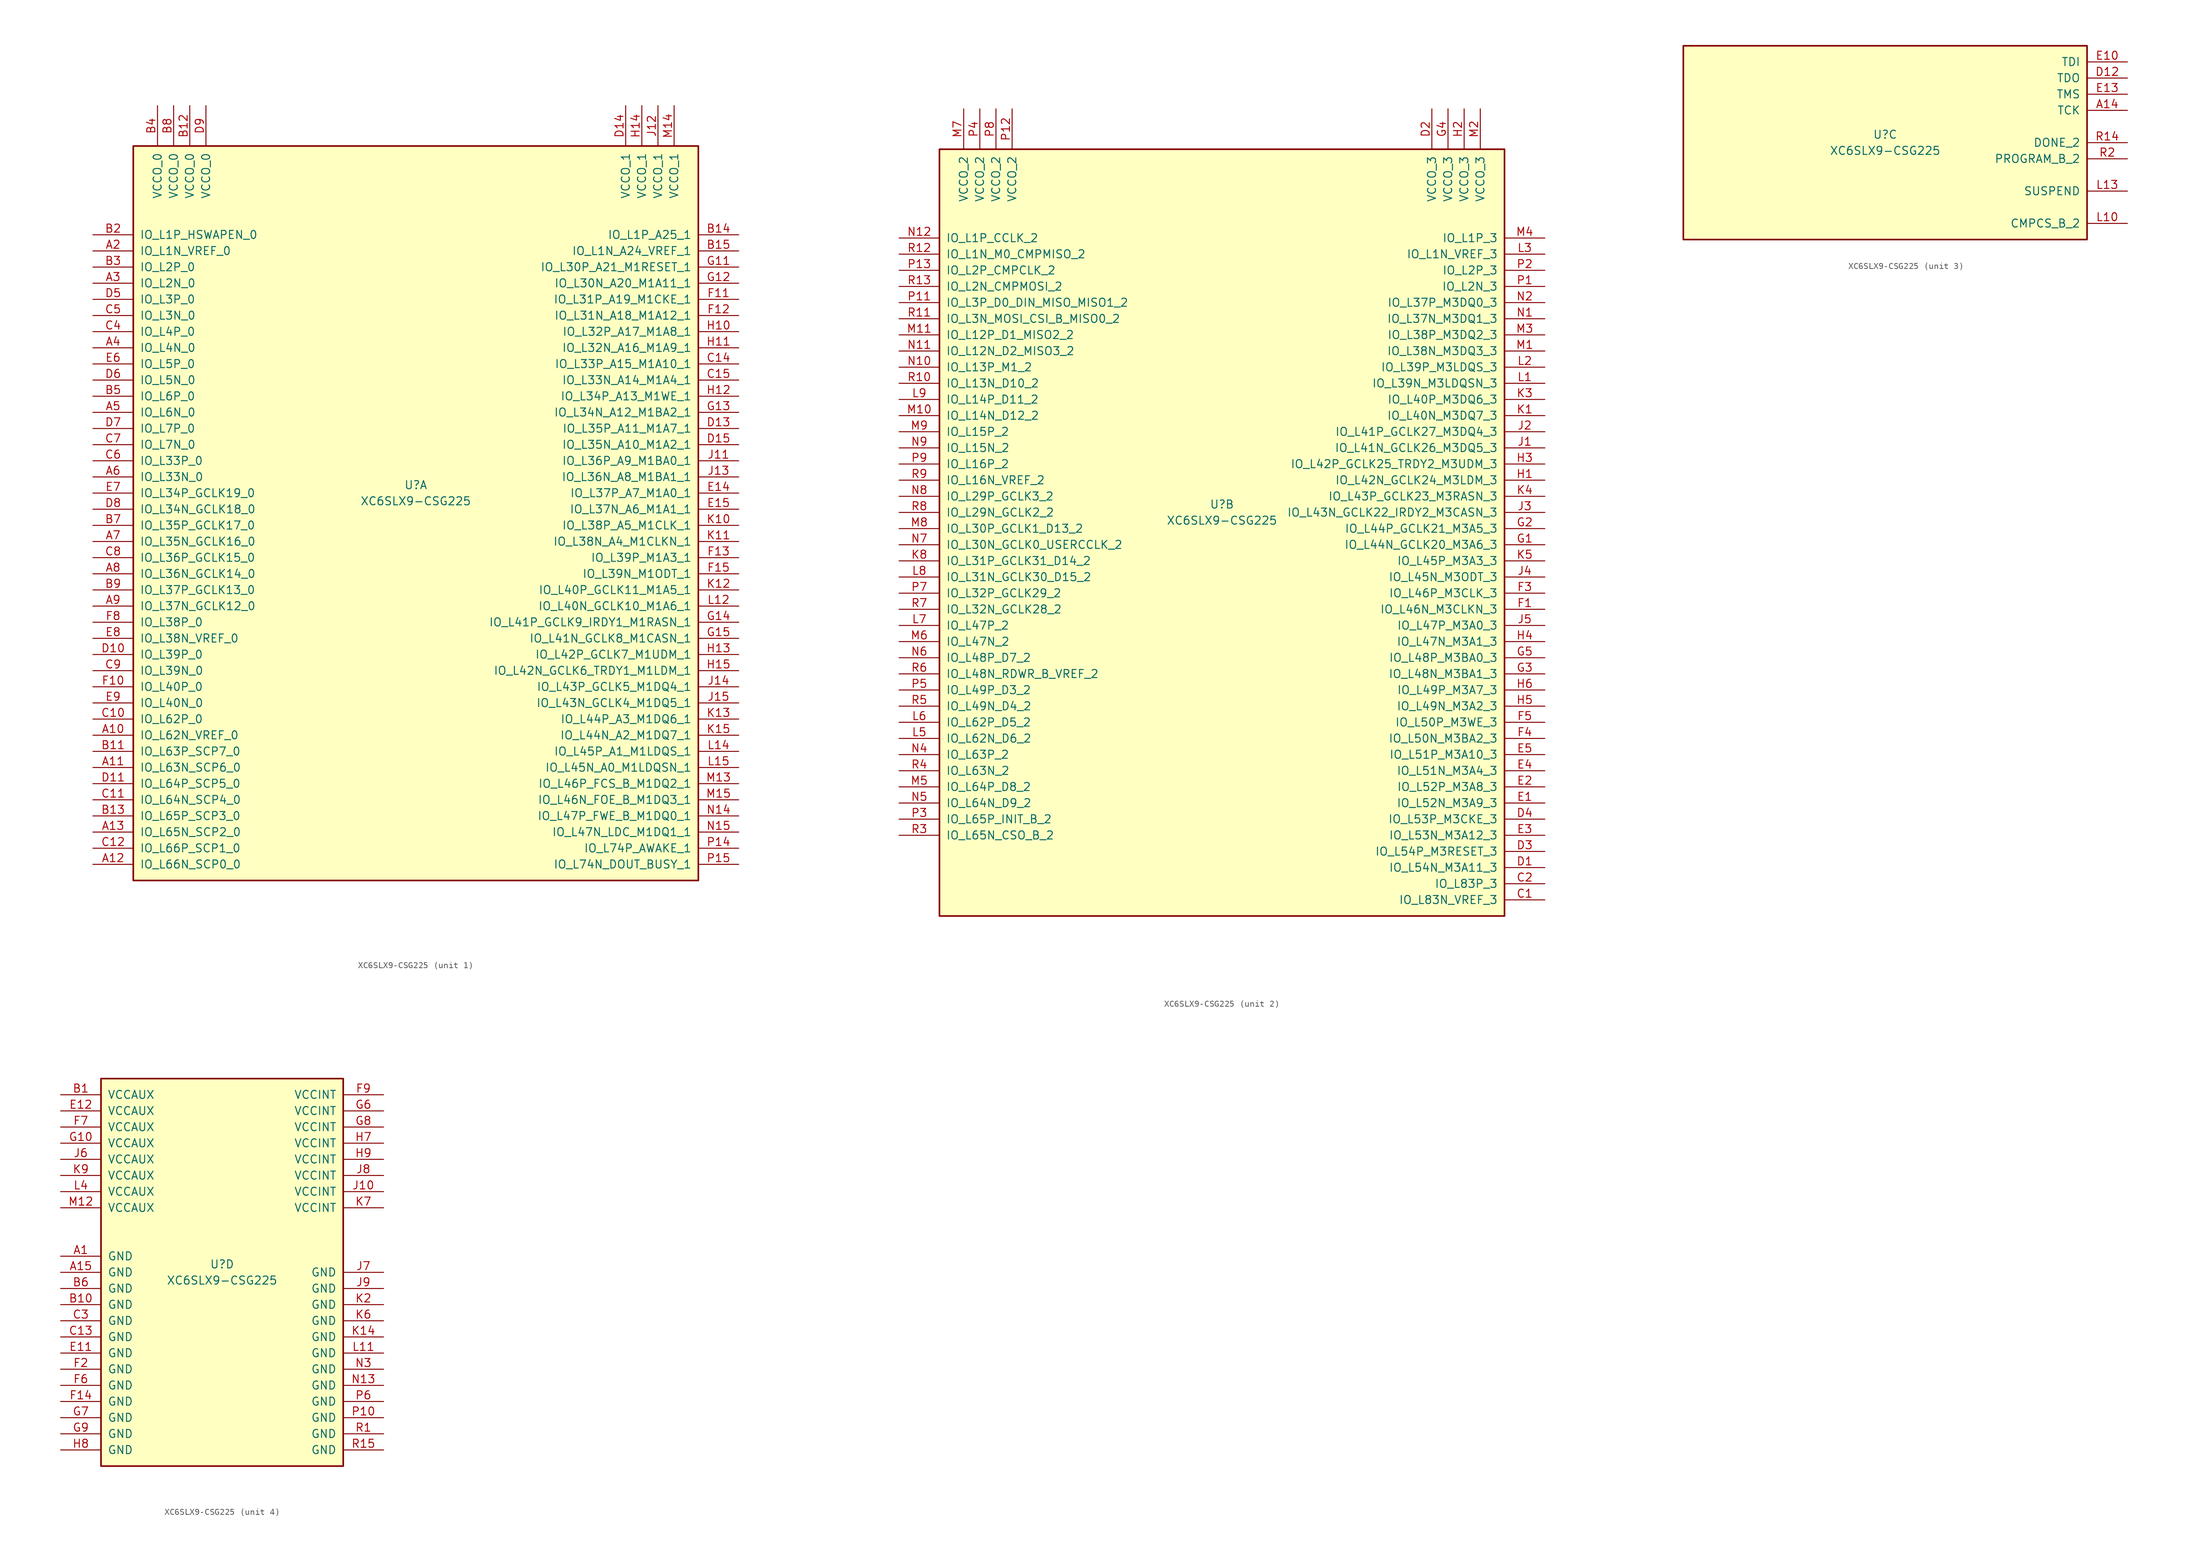
<source format=kicad_sym>
(kicad_symbol_lib
  (version 20201005)
  (generator kicad_symbol_editor)
  (symbol "FPGA_Xilinx_Spartan6:XC6SLX9-CSG225"
    (pin_names
      (offset 1.016))
    (property "Reference" "U"
      (at 0 1.27 0)
      (effects (font (size 1.27 1.27))))
    (property "Value" "XC6SLX9-CSG225"
      (at 0 -1.27 0)
      (effects (font (size 1.27 1.27))))
    (property "Datasheet" ""
      (at 0 0 0)
      (effects (font (size 1.27 1.27))))
    (property "ki_locked" ""
      (at 0 0 0)
      (effects (font (size 1.27 1.27))))
    (symbol "XC6SLX9-CSG225_1_1"
      (rectangle (start -44.45 54.61) (end 44.45 -60.96) (stroke (width 0.254)) (fill (type background)))
      (pin power_in line (at -40.64 60.96 270) (length 6.35) (name "VCCO_0" (effects (font (size 1.27 1.27)))) (number "B4" (effects (font (size 1.27 1.27)))))
      (pin power_in line (at -38.1 60.96 270) (length 6.35) (name "VCCO_0" (effects (font (size 1.27 1.27)))) (number "B8" (effects (font (size 1.27 1.27)))))
      (pin power_in line (at -35.56 60.96 270) (length 6.35) (name "VCCO_0" (effects (font (size 1.27 1.27)))) (number "B12" (effects (font (size 1.27 1.27)))))
      (pin power_in line (at -33.02 60.96 270) (length 6.35) (name "VCCO_0" (effects (font (size 1.27 1.27)))) (number "D9" (effects (font (size 1.27 1.27)))))
      (pin bidirectional line (at -50.8 40.64 0) (length 6.35) (name "IO_L1P_HSWAPEN_0" (effects (font (size 1.27 1.27)))) (number "B2" (effects (font (size 1.27 1.27)))))
      (pin bidirectional line (at -50.8 38.1 0) (length 6.35) (name "IO_L1N_VREF_0" (effects (font (size 1.27 1.27)))) (number "A2" (effects (font (size 1.27 1.27)))))
      (pin bidirectional line (at -50.8 35.56 0) (length 6.35) (name "IO_L2P_0" (effects (font (size 1.27 1.27)))) (number "B3" (effects (font (size 1.27 1.27)))))
      (pin bidirectional line (at -50.8 33.02 0) (length 6.35) (name "IO_L2N_0" (effects (font (size 1.27 1.27)))) (number "A3" (effects (font (size 1.27 1.27)))))
      (pin bidirectional line (at -50.8 30.48 0) (length 6.35) (name "IO_L3P_0" (effects (font (size 1.27 1.27)))) (number "D5" (effects (font (size 1.27 1.27)))))
      (pin bidirectional line (at -50.8 27.94 0) (length 6.35) (name "IO_L3N_0" (effects (font (size 1.27 1.27)))) (number "C5" (effects (font (size 1.27 1.27)))))
      (pin bidirectional line (at -50.8 25.4 0) (length 6.35) (name "IO_L4P_0" (effects (font (size 1.27 1.27)))) (number "C4" (effects (font (size 1.27 1.27)))))
      (pin bidirectional line (at -50.8 22.86 0) (length 6.35) (name "IO_L4N_0" (effects (font (size 1.27 1.27)))) (number "A4" (effects (font (size 1.27 1.27)))))
      (pin bidirectional line (at -50.8 20.32 0) (length 6.35) (name "IO_L5P_0" (effects (font (size 1.27 1.27)))) (number "E6" (effects (font (size 1.27 1.27)))))
      (pin bidirectional line (at -50.8 17.78 0) (length 6.35) (name "IO_L5N_0" (effects (font (size 1.27 1.27)))) (number "D6" (effects (font (size 1.27 1.27)))))
      (pin bidirectional line (at -50.8 15.24 0) (length 6.35) (name "IO_L6P_0" (effects (font (size 1.27 1.27)))) (number "B5" (effects (font (size 1.27 1.27)))))
      (pin bidirectional line (at -50.8 12.7 0) (length 6.35) (name "IO_L6N_0" (effects (font (size 1.27 1.27)))) (number "A5" (effects (font (size 1.27 1.27)))))
      (pin bidirectional line (at -50.8 10.16 0) (length 6.35) (name "IO_L7P_0" (effects (font (size 1.27 1.27)))) (number "D7" (effects (font (size 1.27 1.27)))))
      (pin bidirectional line (at -50.8 7.62 0) (length 6.35) (name "IO_L7N_0" (effects (font (size 1.27 1.27)))) (number "C7" (effects (font (size 1.27 1.27)))))
      (pin bidirectional line (at -50.8 5.08 0) (length 6.35) (name "IO_L33P_0" (effects (font (size 1.27 1.27)))) (number "C6" (effects (font (size 1.27 1.27)))))
      (pin bidirectional line (at -50.8 2.54 0) (length 6.35) (name "IO_L33N_0" (effects (font (size 1.27 1.27)))) (number "A6" (effects (font (size 1.27 1.27)))))
      (pin bidirectional line (at -50.8 0 0) (length 6.35) (name "IO_L34P_GCLK19_0" (effects (font (size 1.27 1.27)))) (number "E7" (effects (font (size 1.27 1.27)))))
      (pin bidirectional line (at -50.8 -2.54 0) (length 6.35) (name "IO_L34N_GCLK18_0" (effects (font (size 1.27 1.27)))) (number "D8" (effects (font (size 1.27 1.27)))))
      (pin bidirectional line (at -50.8 -5.08 0) (length 6.35) (name "IO_L35P_GCLK17_0" (effects (font (size 1.27 1.27)))) (number "B7" (effects (font (size 1.27 1.27)))))
      (pin bidirectional line (at -50.8 -7.62 0) (length 6.35) (name "IO_L35N_GCLK16_0" (effects (font (size 1.27 1.27)))) (number "A7" (effects (font (size 1.27 1.27)))))
      (pin bidirectional line (at -50.8 -10.16 0) (length 6.35) (name "IO_L36P_GCLK15_0" (effects (font (size 1.27 1.27)))) (number "C8" (effects (font (size 1.27 1.27)))))
      (pin bidirectional line (at -50.8 -12.7 0) (length 6.35) (name "IO_L36N_GCLK14_0" (effects (font (size 1.27 1.27)))) (number "A8" (effects (font (size 1.27 1.27)))))
      (pin bidirectional line (at -50.8 -15.24 0) (length 6.35) (name "IO_L37P_GCLK13_0" (effects (font (size 1.27 1.27)))) (number "B9" (effects (font (size 1.27 1.27)))))
      (pin bidirectional line (at -50.8 -17.78 0) (length 6.35) (name "IO_L37N_GCLK12_0" (effects (font (size 1.27 1.27)))) (number "A9" (effects (font (size 1.27 1.27)))))
      (pin bidirectional line (at -50.8 -20.32 0) (length 6.35) (name "IO_L38P_0" (effects (font (size 1.27 1.27)))) (number "F8" (effects (font (size 1.27 1.27)))))
      (pin bidirectional line (at -50.8 -22.86 0) (length 6.35) (name "IO_L38N_VREF_0" (effects (font (size 1.27 1.27)))) (number "E8" (effects (font (size 1.27 1.27)))))
      (pin bidirectional line (at -50.8 -25.4 0) (length 6.35) (name "IO_L39P_0" (effects (font (size 1.27 1.27)))) (number "D10" (effects (font (size 1.27 1.27)))))
      (pin bidirectional line (at -50.8 -27.94 0) (length 6.35) (name "IO_L39N_0" (effects (font (size 1.27 1.27)))) (number "C9" (effects (font (size 1.27 1.27)))))
      (pin bidirectional line (at -50.8 -30.48 0) (length 6.35) (name "IO_L40P_0" (effects (font (size 1.27 1.27)))) (number "F10" (effects (font (size 1.27 1.27)))))
      (pin bidirectional line (at -50.8 -33.02 0) (length 6.35) (name "IO_L40N_0" (effects (font (size 1.27 1.27)))) (number "E9" (effects (font (size 1.27 1.27)))))
      (pin bidirectional line (at -50.8 -35.56 0) (length 6.35) (name "IO_L62P_0" (effects (font (size 1.27 1.27)))) (number "C10" (effects (font (size 1.27 1.27)))))
      (pin bidirectional line (at -50.8 -38.1 0) (length 6.35) (name "IO_L62N_VREF_0" (effects (font (size 1.27 1.27)))) (number "A10" (effects (font (size 1.27 1.27)))))
      (pin bidirectional line (at -50.8 -40.64 0) (length 6.35) (name "IO_L63P_SCP7_0" (effects (font (size 1.27 1.27)))) (number "B11" (effects (font (size 1.27 1.27)))))
      (pin bidirectional line (at -50.8 -43.18 0) (length 6.35) (name "IO_L63N_SCP6_0" (effects (font (size 1.27 1.27)))) (number "A11" (effects (font (size 1.27 1.27)))))
      (pin bidirectional line (at -50.8 -45.72 0) (length 6.35) (name "IO_L64P_SCP5_0" (effects (font (size 1.27 1.27)))) (number "D11" (effects (font (size 1.27 1.27)))))
      (pin bidirectional line (at -50.8 -48.26 0) (length 6.35) (name "IO_L64N_SCP4_0" (effects (font (size 1.27 1.27)))) (number "C11" (effects (font (size 1.27 1.27)))))
      (pin bidirectional line (at -50.8 -50.8 0) (length 6.35) (name "IO_L65P_SCP3_0" (effects (font (size 1.27 1.27)))) (number "B13" (effects (font (size 1.27 1.27)))))
      (pin bidirectional line (at -50.8 -53.34 0) (length 6.35) (name "IO_L65N_SCP2_0" (effects (font (size 1.27 1.27)))) (number "A13" (effects (font (size 1.27 1.27)))))
      (pin bidirectional line (at -50.8 -55.88 0) (length 6.35) (name "IO_L66P_SCP1_0" (effects (font (size 1.27 1.27)))) (number "C12" (effects (font (size 1.27 1.27)))))
      (pin bidirectional line (at -50.8 -58.42 0) (length 6.35) (name "IO_L66N_SCP0_0" (effects (font (size 1.27 1.27)))) (number "A12" (effects (font (size 1.27 1.27)))))
      (pin power_in line (at 33.02 60.96 270) (length 6.35) (name "VCCO_1" (effects (font (size 1.27 1.27)))) (number "D14" (effects (font (size 1.27 1.27)))))
      (pin power_in line (at 35.56 60.96 270) (length 6.35) (name "VCCO_1" (effects (font (size 1.27 1.27)))) (number "H14" (effects (font (size 1.27 1.27)))))
      (pin power_in line (at 38.1 60.96 270) (length 6.35) (name "VCCO_1" (effects (font (size 1.27 1.27)))) (number "J12" (effects (font (size 1.27 1.27)))))
      (pin power_in line (at 40.64 60.96 270) (length 6.35) (name "VCCO_1" (effects (font (size 1.27 1.27)))) (number "M14" (effects (font (size 1.27 1.27)))))
      (pin bidirectional line (at 50.8 40.64 180) (length 6.35) (name "IO_L1P_A25_1" (effects (font (size 1.27 1.27)))) (number "B14" (effects (font (size 1.27 1.27)))))
      (pin bidirectional line (at 50.8 38.1 180) (length 6.35) (name "IO_L1N_A24_VREF_1" (effects (font (size 1.27 1.27)))) (number "B15" (effects (font (size 1.27 1.27)))))
      (pin bidirectional line (at 50.8 35.56 180) (length 6.35) (name "IO_L30P_A21_M1RESET_1" (effects (font (size 1.27 1.27)))) (number "G11" (effects (font (size 1.27 1.27)))))
      (pin bidirectional line (at 50.8 33.02 180) (length 6.35) (name "IO_L30N_A20_M1A11_1" (effects (font (size 1.27 1.27)))) (number "G12" (effects (font (size 1.27 1.27)))))
      (pin bidirectional line (at 50.8 30.48 180) (length 6.35) (name "IO_L31P_A19_M1CKE_1" (effects (font (size 1.27 1.27)))) (number "F11" (effects (font (size 1.27 1.27)))))
      (pin bidirectional line (at 50.8 27.94 180) (length 6.35) (name "IO_L31N_A18_M1A12_1" (effects (font (size 1.27 1.27)))) (number "F12" (effects (font (size 1.27 1.27)))))
      (pin bidirectional line (at 50.8 25.4 180) (length 6.35) (name "IO_L32P_A17_M1A8_1" (effects (font (size 1.27 1.27)))) (number "H10" (effects (font (size 1.27 1.27)))))
      (pin bidirectional line (at 50.8 22.86 180) (length 6.35) (name "IO_L32N_A16_M1A9_1" (effects (font (size 1.27 1.27)))) (number "H11" (effects (font (size 1.27 1.27)))))
      (pin bidirectional line (at 50.8 20.32 180) (length 6.35) (name "IO_L33P_A15_M1A10_1" (effects (font (size 1.27 1.27)))) (number "C14" (effects (font (size 1.27 1.27)))))
      (pin bidirectional line (at 50.8 17.78 180) (length 6.35) (name "IO_L33N_A14_M1A4_1" (effects (font (size 1.27 1.27)))) (number "C15" (effects (font (size 1.27 1.27)))))
      (pin bidirectional line (at 50.8 15.24 180) (length 6.35) (name "IO_L34P_A13_M1WE_1" (effects (font (size 1.27 1.27)))) (number "H12" (effects (font (size 1.27 1.27)))))
      (pin bidirectional line (at 50.8 12.7 180) (length 6.35) (name "IO_L34N_A12_M1BA2_1" (effects (font (size 1.27 1.27)))) (number "G13" (effects (font (size 1.27 1.27)))))
      (pin bidirectional line (at 50.8 10.16 180) (length 6.35) (name "IO_L35P_A11_M1A7_1" (effects (font (size 1.27 1.27)))) (number "D13" (effects (font (size 1.27 1.27)))))
      (pin bidirectional line (at 50.8 7.62 180) (length 6.35) (name "IO_L35N_A10_M1A2_1" (effects (font (size 1.27 1.27)))) (number "D15" (effects (font (size 1.27 1.27)))))
      (pin bidirectional line (at 50.8 5.08 180) (length 6.35) (name "IO_L36P_A9_M1BA0_1" (effects (font (size 1.27 1.27)))) (number "J11" (effects (font (size 1.27 1.27)))))
      (pin bidirectional line (at 50.8 2.54 180) (length 6.35) (name "IO_L36N_A8_M1BA1_1" (effects (font (size 1.27 1.27)))) (number "J13" (effects (font (size 1.27 1.27)))))
      (pin bidirectional line (at 50.8 0 180) (length 6.35) (name "IO_L37P_A7_M1A0_1" (effects (font (size 1.27 1.27)))) (number "E14" (effects (font (size 1.27 1.27)))))
      (pin bidirectional line (at 50.8 -2.54 180) (length 6.35) (name "IO_L37N_A6_M1A1_1" (effects (font (size 1.27 1.27)))) (number "E15" (effects (font (size 1.27 1.27)))))
      (pin bidirectional line (at 50.8 -5.08 180) (length 6.35) (name "IO_L38P_A5_M1CLK_1" (effects (font (size 1.27 1.27)))) (number "K10" (effects (font (size 1.27 1.27)))))
      (pin bidirectional line (at 50.8 -7.62 180) (length 6.35) (name "IO_L38N_A4_M1CLKN_1" (effects (font (size 1.27 1.27)))) (number "K11" (effects (font (size 1.27 1.27)))))
      (pin bidirectional line (at 50.8 -10.16 180) (length 6.35) (name "IO_L39P_M1A3_1" (effects (font (size 1.27 1.27)))) (number "F13" (effects (font (size 1.27 1.27)))))
      (pin bidirectional line (at 50.8 -12.7 180) (length 6.35) (name "IO_L39N_M1ODT_1" (effects (font (size 1.27 1.27)))) (number "F15" (effects (font (size 1.27 1.27)))))
      (pin bidirectional line (at 50.8 -15.24 180) (length 6.35) (name "IO_L40P_GCLK11_M1A5_1" (effects (font (size 1.27 1.27)))) (number "K12" (effects (font (size 1.27 1.27)))))
      (pin bidirectional line (at 50.8 -17.78 180) (length 6.35) (name "IO_L40N_GCLK10_M1A6_1" (effects (font (size 1.27 1.27)))) (number "L12" (effects (font (size 1.27 1.27)))))
      (pin bidirectional line (at 50.8 -20.32 180) (length 6.35) (name "IO_L41P_GCLK9_IRDY1_M1RASN_1" (effects (font (size 1.27 1.27)))) (number "G14" (effects (font (size 1.27 1.27)))))
      (pin bidirectional line (at 50.8 -22.86 180) (length 6.35) (name "IO_L41N_GCLK8_M1CASN_1" (effects (font (size 1.27 1.27)))) (number "G15" (effects (font (size 1.27 1.27)))))
      (pin bidirectional line (at 50.8 -25.4 180) (length 6.35) (name "IO_L42P_GCLK7_M1UDM_1" (effects (font (size 1.27 1.27)))) (number "H13" (effects (font (size 1.27 1.27)))))
      (pin bidirectional line (at 50.8 -27.94 180) (length 6.35) (name "IO_L42N_GCLK6_TRDY1_M1LDM_1" (effects (font (size 1.27 1.27)))) (number "H15" (effects (font (size 1.27 1.27)))))
      (pin bidirectional line (at 50.8 -30.48 180) (length 6.35) (name "IO_L43P_GCLK5_M1DQ4_1" (effects (font (size 1.27 1.27)))) (number "J14" (effects (font (size 1.27 1.27)))))
      (pin bidirectional line (at 50.8 -33.02 180) (length 6.35) (name "IO_L43N_GCLK4_M1DQ5_1" (effects (font (size 1.27 1.27)))) (number "J15" (effects (font (size 1.27 1.27)))))
      (pin bidirectional line (at 50.8 -35.56 180) (length 6.35) (name "IO_L44P_A3_M1DQ6_1" (effects (font (size 1.27 1.27)))) (number "K13" (effects (font (size 1.27 1.27)))))
      (pin bidirectional line (at 50.8 -38.1 180) (length 6.35) (name "IO_L44N_A2_M1DQ7_1" (effects (font (size 1.27 1.27)))) (number "K15" (effects (font (size 1.27 1.27)))))
      (pin bidirectional line (at 50.8 -40.64 180) (length 6.35) (name "IO_L45P_A1_M1LDQS_1" (effects (font (size 1.27 1.27)))) (number "L14" (effects (font (size 1.27 1.27)))))
      (pin bidirectional line (at 50.8 -43.18 180) (length 6.35) (name "IO_L45N_A0_M1LDQSN_1" (effects (font (size 1.27 1.27)))) (number "L15" (effects (font (size 1.27 1.27)))))
      (pin bidirectional line (at 50.8 -45.72 180) (length 6.35) (name "IO_L46P_FCS_B_M1DQ2_1" (effects (font (size 1.27 1.27)))) (number "M13" (effects (font (size 1.27 1.27)))))
      (pin bidirectional line (at 50.8 -48.26 180) (length 6.35) (name "IO_L46N_FOE_B_M1DQ3_1" (effects (font (size 1.27 1.27)))) (number "M15" (effects (font (size 1.27 1.27)))))
      (pin bidirectional line (at 50.8 -50.8 180) (length 6.35) (name "IO_L47P_FWE_B_M1DQ0_1" (effects (font (size 1.27 1.27)))) (number "N14" (effects (font (size 1.27 1.27)))))
      (pin bidirectional line (at 50.8 -53.34 180) (length 6.35) (name "IO_L47N_LDC_M1DQ1_1" (effects (font (size 1.27 1.27)))) (number "N15" (effects (font (size 1.27 1.27)))))
      (pin bidirectional line (at 50.8 -55.88 180) (length 6.35) (name "IO_L74P_AWAKE_1" (effects (font (size 1.27 1.27)))) (number "P14" (effects (font (size 1.27 1.27)))))
      (pin bidirectional line (at 50.8 -58.42 180) (length 6.35) (name "IO_L74N_DOUT_BUSY_1" (effects (font (size 1.27 1.27)))) (number "P15" (effects (font (size 1.27 1.27))))))
    (symbol "XC6SLX9-CSG225_2_1"
      (rectangle (start -44.45 57.15) (end 44.45 -63.5) (stroke (width 0.254)) (fill (type background)))
      (pin power_in line (at -40.64 63.5 270) (length 6.35) (name "VCCO_2" (effects (font (size 1.27 1.27)))) (number "M7" (effects (font (size 1.27 1.27)))))
      (pin power_in line (at -38.1 63.5 270) (length 6.35) (name "VCCO_2" (effects (font (size 1.27 1.27)))) (number "P4" (effects (font (size 1.27 1.27)))))
      (pin power_in line (at -35.56 63.5 270) (length 6.35) (name "VCCO_2" (effects (font (size 1.27 1.27)))) (number "P8" (effects (font (size 1.27 1.27)))))
      (pin power_in line (at -33.02 63.5 270) (length 6.35) (name "VCCO_2" (effects (font (size 1.27 1.27)))) (number "P12" (effects (font (size 1.27 1.27)))))
      (pin bidirectional line (at -50.8 43.18 0) (length 6.35) (name "IO_L1P_CCLK_2" (effects (font (size 1.27 1.27)))) (number "N12" (effects (font (size 1.27 1.27)))))
      (pin bidirectional line (at -50.8 40.64 0) (length 6.35) (name "IO_L1N_M0_CMPMISO_2" (effects (font (size 1.27 1.27)))) (number "R12" (effects (font (size 1.27 1.27)))))
      (pin bidirectional line (at -50.8 38.1 0) (length 6.35) (name "IO_L2P_CMPCLK_2" (effects (font (size 1.27 1.27)))) (number "P13" (effects (font (size 1.27 1.27)))))
      (pin bidirectional line (at -50.8 35.56 0) (length 6.35) (name "IO_L2N_CMPMOSI_2" (effects (font (size 1.27 1.27)))) (number "R13" (effects (font (size 1.27 1.27)))))
      (pin bidirectional line (at -50.8 33.02 0) (length 6.35) (name "IO_L3P_D0_DIN_MISO_MISO1_2" (effects (font (size 1.27 1.27)))) (number "P11" (effects (font (size 1.27 1.27)))))
      (pin bidirectional line (at -50.8 30.48 0) (length 6.35) (name "IO_L3N_MOSI_CSI_B_MISO0_2" (effects (font (size 1.27 1.27)))) (number "R11" (effects (font (size 1.27 1.27)))))
      (pin bidirectional line (at -50.8 27.94 0) (length 6.35) (name "IO_L12P_D1_MISO2_2" (effects (font (size 1.27 1.27)))) (number "M11" (effects (font (size 1.27 1.27)))))
      (pin bidirectional line (at -50.8 25.4 0) (length 6.35) (name "IO_L12N_D2_MISO3_2" (effects (font (size 1.27 1.27)))) (number "N11" (effects (font (size 1.27 1.27)))))
      (pin bidirectional line (at -50.8 22.86 0) (length 6.35) (name "IO_L13P_M1_2" (effects (font (size 1.27 1.27)))) (number "N10" (effects (font (size 1.27 1.27)))))
      (pin bidirectional line (at -50.8 20.32 0) (length 6.35) (name "IO_L13N_D10_2" (effects (font (size 1.27 1.27)))) (number "R10" (effects (font (size 1.27 1.27)))))
      (pin bidirectional line (at -50.8 17.78 0) (length 6.35) (name "IO_L14P_D11_2" (effects (font (size 1.27 1.27)))) (number "L9" (effects (font (size 1.27 1.27)))))
      (pin bidirectional line (at -50.8 15.24 0) (length 6.35) (name "IO_L14N_D12_2" (effects (font (size 1.27 1.27)))) (number "M10" (effects (font (size 1.27 1.27)))))
      (pin bidirectional line (at -50.8 12.7 0) (length 6.35) (name "IO_L15P_2" (effects (font (size 1.27 1.27)))) (number "M9" (effects (font (size 1.27 1.27)))))
      (pin bidirectional line (at -50.8 10.16 0) (length 6.35) (name "IO_L15N_2" (effects (font (size 1.27 1.27)))) (number "N9" (effects (font (size 1.27 1.27)))))
      (pin bidirectional line (at -50.8 7.62 0) (length 6.35) (name "IO_L16P_2" (effects (font (size 1.27 1.27)))) (number "P9" (effects (font (size 1.27 1.27)))))
      (pin bidirectional line (at -50.8 5.08 0) (length 6.35) (name "IO_L16N_VREF_2" (effects (font (size 1.27 1.27)))) (number "R9" (effects (font (size 1.27 1.27)))))
      (pin bidirectional line (at -50.8 2.54 0) (length 6.35) (name "IO_L29P_GCLK3_2" (effects (font (size 1.27 1.27)))) (number "N8" (effects (font (size 1.27 1.27)))))
      (pin bidirectional line (at -50.8 0 0) (length 6.35) (name "IO_L29N_GCLK2_2" (effects (font (size 1.27 1.27)))) (number "R8" (effects (font (size 1.27 1.27)))))
      (pin bidirectional line (at -50.8 -2.54 0) (length 6.35) (name "IO_L30P_GCLK1_D13_2" (effects (font (size 1.27 1.27)))) (number "M8" (effects (font (size 1.27 1.27)))))
      (pin bidirectional line (at -50.8 -5.08 0) (length 6.35) (name "IO_L30N_GCLK0_USERCCLK_2" (effects (font (size 1.27 1.27)))) (number "N7" (effects (font (size 1.27 1.27)))))
      (pin bidirectional line (at -50.8 -7.62 0) (length 6.35) (name "IO_L31P_GCLK31_D14_2" (effects (font (size 1.27 1.27)))) (number "K8" (effects (font (size 1.27 1.27)))))
      (pin bidirectional line (at -50.8 -10.16 0) (length 6.35) (name "IO_L31N_GCLK30_D15_2" (effects (font (size 1.27 1.27)))) (number "L8" (effects (font (size 1.27 1.27)))))
      (pin bidirectional line (at -50.8 -12.7 0) (length 6.35) (name "IO_L32P_GCLK29_2" (effects (font (size 1.27 1.27)))) (number "P7" (effects (font (size 1.27 1.27)))))
      (pin bidirectional line (at -50.8 -15.24 0) (length 6.35) (name "IO_L32N_GCLK28_2" (effects (font (size 1.27 1.27)))) (number "R7" (effects (font (size 1.27 1.27)))))
      (pin bidirectional line (at -50.8 -17.78 0) (length 6.35) (name "IO_L47P_2" (effects (font (size 1.27 1.27)))) (number "L7" (effects (font (size 1.27 1.27)))))
      (pin bidirectional line (at -50.8 -20.32 0) (length 6.35) (name "IO_L47N_2" (effects (font (size 1.27 1.27)))) (number "M6" (effects (font (size 1.27 1.27)))))
      (pin bidirectional line (at -50.8 -22.86 0) (length 6.35) (name "IO_L48P_D7_2" (effects (font (size 1.27 1.27)))) (number "N6" (effects (font (size 1.27 1.27)))))
      (pin bidirectional line (at -50.8 -25.4 0) (length 6.35) (name "IO_L48N_RDWR_B_VREF_2" (effects (font (size 1.27 1.27)))) (number "R6" (effects (font (size 1.27 1.27)))))
      (pin bidirectional line (at -50.8 -27.94 0) (length 6.35) (name "IO_L49P_D3_2" (effects (font (size 1.27 1.27)))) (number "P5" (effects (font (size 1.27 1.27)))))
      (pin bidirectional line (at -50.8 -30.48 0) (length 6.35) (name "IO_L49N_D4_2" (effects (font (size 1.27 1.27)))) (number "R5" (effects (font (size 1.27 1.27)))))
      (pin bidirectional line (at -50.8 -33.02 0) (length 6.35) (name "IO_L62P_D5_2" (effects (font (size 1.27 1.27)))) (number "L6" (effects (font (size 1.27 1.27)))))
      (pin bidirectional line (at -50.8 -35.56 0) (length 6.35) (name "IO_L62N_D6_2" (effects (font (size 1.27 1.27)))) (number "L5" (effects (font (size 1.27 1.27)))))
      (pin bidirectional line (at -50.8 -38.1 0) (length 6.35) (name "IO_L63P_2" (effects (font (size 1.27 1.27)))) (number "N4" (effects (font (size 1.27 1.27)))))
      (pin bidirectional line (at -50.8 -40.64 0) (length 6.35) (name "IO_L63N_2" (effects (font (size 1.27 1.27)))) (number "R4" (effects (font (size 1.27 1.27)))))
      (pin bidirectional line (at -50.8 -43.18 0) (length 6.35) (name "IO_L64P_D8_2" (effects (font (size 1.27 1.27)))) (number "M5" (effects (font (size 1.27 1.27)))))
      (pin bidirectional line (at -50.8 -45.72 0) (length 6.35) (name "IO_L64N_D9_2" (effects (font (size 1.27 1.27)))) (number "N5" (effects (font (size 1.27 1.27)))))
      (pin bidirectional line (at -50.8 -48.26 0) (length 6.35) (name "IO_L65P_INIT_B_2" (effects (font (size 1.27 1.27)))) (number "P3" (effects (font (size 1.27 1.27)))))
      (pin bidirectional line (at -50.8 -50.8 0) (length 6.35) (name "IO_L65N_CSO_B_2" (effects (font (size 1.27 1.27)))) (number "R3" (effects (font (size 1.27 1.27)))))
      (pin power_in line (at 33.02 63.5 270) (length 6.35) (name "VCCO_3" (effects (font (size 1.27 1.27)))) (number "D2" (effects (font (size 1.27 1.27)))))
      (pin power_in line (at 35.56 63.5 270) (length 6.35) (name "VCCO_3" (effects (font (size 1.27 1.27)))) (number "G4" (effects (font (size 1.27 1.27)))))
      (pin power_in line (at 38.1 63.5 270) (length 6.35) (name "VCCO_3" (effects (font (size 1.27 1.27)))) (number "H2" (effects (font (size 1.27 1.27)))))
      (pin power_in line (at 40.64 63.5 270) (length 6.35) (name "VCCO_3" (effects (font (size 1.27 1.27)))) (number "M2" (effects (font (size 1.27 1.27)))))
      (pin bidirectional line (at 50.8 43.18 180) (length 6.35) (name "IO_L1P_3" (effects (font (size 1.27 1.27)))) (number "M4" (effects (font (size 1.27 1.27)))))
      (pin bidirectional line (at 50.8 40.64 180) (length 6.35) (name "IO_L1N_VREF_3" (effects (font (size 1.27 1.27)))) (number "L3" (effects (font (size 1.27 1.27)))))
      (pin bidirectional line (at 50.8 38.1 180) (length 6.35) (name "IO_L2P_3" (effects (font (size 1.27 1.27)))) (number "P2" (effects (font (size 1.27 1.27)))))
      (pin bidirectional line (at 50.8 35.56 180) (length 6.35) (name "IO_L2N_3" (effects (font (size 1.27 1.27)))) (number "P1" (effects (font (size 1.27 1.27)))))
      (pin bidirectional line (at 50.8 33.02 180) (length 6.35) (name "IO_L37P_M3DQ0_3" (effects (font (size 1.27 1.27)))) (number "N2" (effects (font (size 1.27 1.27)))))
      (pin bidirectional line (at 50.8 30.48 180) (length 6.35) (name "IO_L37N_M3DQ1_3" (effects (font (size 1.27 1.27)))) (number "N1" (effects (font (size 1.27 1.27)))))
      (pin bidirectional line (at 50.8 27.94 180) (length 6.35) (name "IO_L38P_M3DQ2_3" (effects (font (size 1.27 1.27)))) (number "M3" (effects (font (size 1.27 1.27)))))
      (pin bidirectional line (at 50.8 25.4 180) (length 6.35) (name "IO_L38N_M3DQ3_3" (effects (font (size 1.27 1.27)))) (number "M1" (effects (font (size 1.27 1.27)))))
      (pin bidirectional line (at 50.8 22.86 180) (length 6.35) (name "IO_L39P_M3LDQS_3" (effects (font (size 1.27 1.27)))) (number "L2" (effects (font (size 1.27 1.27)))))
      (pin bidirectional line (at 50.8 20.32 180) (length 6.35) (name "IO_L39N_M3LDQSN_3" (effects (font (size 1.27 1.27)))) (number "L1" (effects (font (size 1.27 1.27)))))
      (pin bidirectional line (at 50.8 17.78 180) (length 6.35) (name "IO_L40P_M3DQ6_3" (effects (font (size 1.27 1.27)))) (number "K3" (effects (font (size 1.27 1.27)))))
      (pin bidirectional line (at 50.8 15.24 180) (length 6.35) (name "IO_L40N_M3DQ7_3" (effects (font (size 1.27 1.27)))) (number "K1" (effects (font (size 1.27 1.27)))))
      (pin bidirectional line (at 50.8 12.7 180) (length 6.35) (name "IO_L41P_GCLK27_M3DQ4_3" (effects (font (size 1.27 1.27)))) (number "J2" (effects (font (size 1.27 1.27)))))
      (pin bidirectional line (at 50.8 10.16 180) (length 6.35) (name "IO_L41N_GCLK26_M3DQ5_3" (effects (font (size 1.27 1.27)))) (number "J1" (effects (font (size 1.27 1.27)))))
      (pin bidirectional line (at 50.8 7.62 180) (length 6.35) (name "IO_L42P_GCLK25_TRDY2_M3UDM_3" (effects (font (size 1.27 1.27)))) (number "H3" (effects (font (size 1.27 1.27)))))
      (pin bidirectional line (at 50.8 5.08 180) (length 6.35) (name "IO_L42N_GCLK24_M3LDM_3" (effects (font (size 1.27 1.27)))) (number "H1" (effects (font (size 1.27 1.27)))))
      (pin bidirectional line (at 50.8 2.54 180) (length 6.35) (name "IO_L43P_GCLK23_M3RASN_3" (effects (font (size 1.27 1.27)))) (number "K4" (effects (font (size 1.27 1.27)))))
      (pin bidirectional line (at 50.8 0 180) (length 6.35) (name "IO_L43N_GCLK22_IRDY2_M3CASN_3" (effects (font (size 1.27 1.27)))) (number "J3" (effects (font (size 1.27 1.27)))))
      (pin bidirectional line (at 50.8 -2.54 180) (length 6.35) (name "IO_L44P_GCLK21_M3A5_3" (effects (font (size 1.27 1.27)))) (number "G2" (effects (font (size 1.27 1.27)))))
      (pin bidirectional line (at 50.8 -5.08 180) (length 6.35) (name "IO_L44N_GCLK20_M3A6_3" (effects (font (size 1.27 1.27)))) (number "G1" (effects (font (size 1.27 1.27)))))
      (pin bidirectional line (at 50.8 -7.62 180) (length 6.35) (name "IO_L45P_M3A3_3" (effects (font (size 1.27 1.27)))) (number "K5" (effects (font (size 1.27 1.27)))))
      (pin bidirectional line (at 50.8 -10.16 180) (length 6.35) (name "IO_L45N_M3ODT_3" (effects (font (size 1.27 1.27)))) (number "J4" (effects (font (size 1.27 1.27)))))
      (pin bidirectional line (at 50.8 -12.7 180) (length 6.35) (name "IO_L46P_M3CLK_3" (effects (font (size 1.27 1.27)))) (number "F3" (effects (font (size 1.27 1.27)))))
      (pin bidirectional line (at 50.8 -15.24 180) (length 6.35) (name "IO_L46N_M3CLKN_3" (effects (font (size 1.27 1.27)))) (number "F1" (effects (font (size 1.27 1.27)))))
      (pin bidirectional line (at 50.8 -17.78 180) (length 6.35) (name "IO_L47P_M3A0_3" (effects (font (size 1.27 1.27)))) (number "J5" (effects (font (size 1.27 1.27)))))
      (pin bidirectional line (at 50.8 -20.32 180) (length 6.35) (name "IO_L47N_M3A1_3" (effects (font (size 1.27 1.27)))) (number "H4" (effects (font (size 1.27 1.27)))))
      (pin bidirectional line (at 50.8 -22.86 180) (length 6.35) (name "IO_L48P_M3BA0_3" (effects (font (size 1.27 1.27)))) (number "G5" (effects (font (size 1.27 1.27)))))
      (pin bidirectional line (at 50.8 -25.4 180) (length 6.35) (name "IO_L48N_M3BA1_3" (effects (font (size 1.27 1.27)))) (number "G3" (effects (font (size 1.27 1.27)))))
      (pin bidirectional line (at 50.8 -27.94 180) (length 6.35) (name "IO_L49P_M3A7_3" (effects (font (size 1.27 1.27)))) (number "H6" (effects (font (size 1.27 1.27)))))
      (pin bidirectional line (at 50.8 -30.48 180) (length 6.35) (name "IO_L49N_M3A2_3" (effects (font (size 1.27 1.27)))) (number "H5" (effects (font (size 1.27 1.27)))))
      (pin bidirectional line (at 50.8 -33.02 180) (length 6.35) (name "IO_L50P_M3WE_3" (effects (font (size 1.27 1.27)))) (number "F5" (effects (font (size 1.27 1.27)))))
      (pin bidirectional line (at 50.8 -35.56 180) (length 6.35) (name "IO_L50N_M3BA2_3" (effects (font (size 1.27 1.27)))) (number "F4" (effects (font (size 1.27 1.27)))))
      (pin bidirectional line (at 50.8 -38.1 180) (length 6.35) (name "IO_L51P_M3A10_3" (effects (font (size 1.27 1.27)))) (number "E5" (effects (font (size 1.27 1.27)))))
      (pin bidirectional line (at 50.8 -40.64 180) (length 6.35) (name "IO_L51N_M3A4_3" (effects (font (size 1.27 1.27)))) (number "E4" (effects (font (size 1.27 1.27)))))
      (pin bidirectional line (at 50.8 -43.18 180) (length 6.35) (name "IO_L52P_M3A8_3" (effects (font (size 1.27 1.27)))) (number "E2" (effects (font (size 1.27 1.27)))))
      (pin bidirectional line (at 50.8 -45.72 180) (length 6.35) (name "IO_L52N_M3A9_3" (effects (font (size 1.27 1.27)))) (number "E1" (effects (font (size 1.27 1.27)))))
      (pin bidirectional line (at 50.8 -48.26 180) (length 6.35) (name "IO_L53P_M3CKE_3" (effects (font (size 1.27 1.27)))) (number "D4" (effects (font (size 1.27 1.27)))))
      (pin bidirectional line (at 50.8 -50.8 180) (length 6.35) (name "IO_L53N_M3A12_3" (effects (font (size 1.27 1.27)))) (number "E3" (effects (font (size 1.27 1.27)))))
      (pin bidirectional line (at 50.8 -53.34 180) (length 6.35) (name "IO_L54P_M3RESET_3" (effects (font (size 1.27 1.27)))) (number "D3" (effects (font (size 1.27 1.27)))))
      (pin bidirectional line (at 50.8 -55.88 180) (length 6.35) (name "IO_L54N_M3A11_3" (effects (font (size 1.27 1.27)))) (number "D1" (effects (font (size 1.27 1.27)))))
      (pin bidirectional line (at 50.8 -58.42 180) (length 6.35) (name "IO_L83P_3" (effects (font (size 1.27 1.27)))) (number "C2" (effects (font (size 1.27 1.27)))))
      (pin bidirectional line (at 50.8 -60.96 180) (length 6.35) (name "IO_L83N_VREF_3" (effects (font (size 1.27 1.27)))) (number "C1" (effects (font (size 1.27 1.27))))))
    (symbol "XC6SLX9-CSG225_3_1"
      (rectangle (start -31.75 15.24) (end 31.75 -15.24) (stroke (width 0.254)) (fill (type background)))
      (pin bidirectional line (at 38.1 12.7 180) (length 6.35) (name "TDI" (effects (font (size 1.27 1.27)))) (number "E10" (effects (font (size 1.27 1.27)))))
      (pin bidirectional line (at 38.1 10.16 180) (length 6.35) (name "TDO" (effects (font (size 1.27 1.27)))) (number "D12" (effects (font (size 1.27 1.27)))))
      (pin bidirectional line (at 38.1 7.62 180) (length 6.35) (name "TMS" (effects (font (size 1.27 1.27)))) (number "E13" (effects (font (size 1.27 1.27)))))
      (pin bidirectional line (at 38.1 5.08 180) (length 6.35) (name "TCK" (effects (font (size 1.27 1.27)))) (number "A14" (effects (font (size 1.27 1.27)))))
      (pin bidirectional line (at 38.1 0 180) (length 6.35) (name "DONE_2" (effects (font (size 1.27 1.27)))) (number "R14" (effects (font (size 1.27 1.27)))))
      (pin bidirectional line (at 38.1 -2.54 180) (length 6.35) (name "PROGRAM_B_2" (effects (font (size 1.27 1.27)))) (number "R2" (effects (font (size 1.27 1.27)))))
      (pin bidirectional line (at 38.1 -7.62 180) (length 6.35) (name "SUSPEND" (effects (font (size 1.27 1.27)))) (number "L13" (effects (font (size 1.27 1.27)))))
      (pin bidirectional line (at 38.1 -12.7 180) (length 6.35) (name "CMPCS_B_2" (effects (font (size 1.27 1.27)))) (number "L10" (effects (font (size 1.27 1.27))))))
    (symbol "XC6SLX9-CSG225_4_1"
      (rectangle (start -19.05 30.48) (end 19.05 -30.48) (stroke (width 0.254)) (fill (type background)))
      (pin power_in line (at -25.4 27.94 0) (length 6.35) (name "VCCAUX" (effects (font (size 1.27 1.27)))) (number "B1" (effects (font (size 1.27 1.27)))))
      (pin power_in line (at -25.4 25.4 0) (length 6.35) (name "VCCAUX" (effects (font (size 1.27 1.27)))) (number "E12" (effects (font (size 1.27 1.27)))))
      (pin power_in line (at -25.4 22.86 0) (length 6.35) (name "VCCAUX" (effects (font (size 1.27 1.27)))) (number "F7" (effects (font (size 1.27 1.27)))))
      (pin power_in line (at -25.4 20.32 0) (length 6.35) (name "VCCAUX" (effects (font (size 1.27 1.27)))) (number "G10" (effects (font (size 1.27 1.27)))))
      (pin power_in line (at -25.4 17.78 0) (length 6.35) (name "VCCAUX" (effects (font (size 1.27 1.27)))) (number "J6" (effects (font (size 1.27 1.27)))))
      (pin power_in line (at -25.4 15.24 0) (length 6.35) (name "VCCAUX" (effects (font (size 1.27 1.27)))) (number "K9" (effects (font (size 1.27 1.27)))))
      (pin power_in line (at -25.4 12.7 0) (length 6.35) (name "VCCAUX" (effects (font (size 1.27 1.27)))) (number "L4" (effects (font (size 1.27 1.27)))))
      (pin power_in line (at -25.4 10.16 0) (length 6.35) (name "VCCAUX" (effects (font (size 1.27 1.27)))) (number "M12" (effects (font (size 1.27 1.27)))))
      (pin power_in line (at -25.4 2.54 0) (length 6.35) (name "GND" (effects (font (size 1.27 1.27)))) (number "A1" (effects (font (size 1.27 1.27)))))
      (pin power_in line (at -25.4 0 0) (length 6.35) (name "GND" (effects (font (size 1.27 1.27)))) (number "A15" (effects (font (size 1.27 1.27)))))
      (pin power_in line (at -25.4 -2.54 0) (length 6.35) (name "GND" (effects (font (size 1.27 1.27)))) (number "B6" (effects (font (size 1.27 1.27)))))
      (pin power_in line (at -25.4 -5.08 0) (length 6.35) (name "GND" (effects (font (size 1.27 1.27)))) (number "B10" (effects (font (size 1.27 1.27)))))
      (pin power_in line (at -25.4 -7.62 0) (length 6.35) (name "GND" (effects (font (size 1.27 1.27)))) (number "C3" (effects (font (size 1.27 1.27)))))
      (pin power_in line (at -25.4 -10.16 0) (length 6.35) (name "GND" (effects (font (size 1.27 1.27)))) (number "C13" (effects (font (size 1.27 1.27)))))
      (pin power_in line (at -25.4 -12.7 0) (length 6.35) (name "GND" (effects (font (size 1.27 1.27)))) (number "E11" (effects (font (size 1.27 1.27)))))
      (pin power_in line (at -25.4 -15.24 0) (length 6.35) (name "GND" (effects (font (size 1.27 1.27)))) (number "F2" (effects (font (size 1.27 1.27)))))
      (pin power_in line (at -25.4 -17.78 0) (length 6.35) (name "GND" (effects (font (size 1.27 1.27)))) (number "F6" (effects (font (size 1.27 1.27)))))
      (pin power_in line (at -25.4 -20.32 0) (length 6.35) (name "GND" (effects (font (size 1.27 1.27)))) (number "F14" (effects (font (size 1.27 1.27)))))
      (pin power_in line (at -25.4 -22.86 0) (length 6.35) (name "GND" (effects (font (size 1.27 1.27)))) (number "G7" (effects (font (size 1.27 1.27)))))
      (pin power_in line (at -25.4 -25.4 0) (length 6.35) (name "GND" (effects (font (size 1.27 1.27)))) (number "G9" (effects (font (size 1.27 1.27)))))
      (pin power_in line (at -25.4 -27.94 0) (length 6.35) (name "GND" (effects (font (size 1.27 1.27)))) (number "H8" (effects (font (size 1.27 1.27)))))
      (pin power_in line (at 25.4 27.94 180) (length 6.35) (name "VCCINT" (effects (font (size 1.27 1.27)))) (number "F9" (effects (font (size 1.27 1.27)))))
      (pin power_in line (at 25.4 25.4 180) (length 6.35) (name "VCCINT" (effects (font (size 1.27 1.27)))) (number "G6" (effects (font (size 1.27 1.27)))))
      (pin power_in line (at 25.4 22.86 180) (length 6.35) (name "VCCINT" (effects (font (size 1.27 1.27)))) (number "G8" (effects (font (size 1.27 1.27)))))
      (pin power_in line (at 25.4 20.32 180) (length 6.35) (name "VCCINT" (effects (font (size 1.27 1.27)))) (number "H7" (effects (font (size 1.27 1.27)))))
      (pin power_in line (at 25.4 17.78 180) (length 6.35) (name "VCCINT" (effects (font (size 1.27 1.27)))) (number "H9" (effects (font (size 1.27 1.27)))))
      (pin power_in line (at 25.4 15.24 180) (length 6.35) (name "VCCINT" (effects (font (size 1.27 1.27)))) (number "J8" (effects (font (size 1.27 1.27)))))
      (pin power_in line (at 25.4 12.7 180) (length 6.35) (name "VCCINT" (effects (font (size 1.27 1.27)))) (number "J10" (effects (font (size 1.27 1.27)))))
      (pin power_in line (at 25.4 10.16 180) (length 6.35) (name "VCCINT" (effects (font (size 1.27 1.27)))) (number "K7" (effects (font (size 1.27 1.27)))))
      (pin power_in line (at 25.4 0 180) (length 6.35) (name "GND" (effects (font (size 1.27 1.27)))) (number "J7" (effects (font (size 1.27 1.27)))))
      (pin power_in line (at 25.4 -2.54 180) (length 6.35) (name "GND" (effects (font (size 1.27 1.27)))) (number "J9" (effects (font (size 1.27 1.27)))))
      (pin power_in line (at 25.4 -5.08 180) (length 6.35) (name "GND" (effects (font (size 1.27 1.27)))) (number "K2" (effects (font (size 1.27 1.27)))))
      (pin power_in line (at 25.4 -7.62 180) (length 6.35) (name "GND" (effects (font (size 1.27 1.27)))) (number "K6" (effects (font (size 1.27 1.27)))))
      (pin power_in line (at 25.4 -10.16 180) (length 6.35) (name "GND" (effects (font (size 1.27 1.27)))) (number "K14" (effects (font (size 1.27 1.27)))))
      (pin power_in line (at 25.4 -12.7 180) (length 6.35) (name "GND" (effects (font (size 1.27 1.27)))) (number "L11" (effects (font (size 1.27 1.27)))))
      (pin power_in line (at 25.4 -15.24 180) (length 6.35) (name "GND" (effects (font (size 1.27 1.27)))) (number "N3" (effects (font (size 1.27 1.27)))))
      (pin power_in line (at 25.4 -17.78 180) (length 6.35) (name "GND" (effects (font (size 1.27 1.27)))) (number "N13" (effects (font (size 1.27 1.27)))))
      (pin power_in line (at 25.4 -20.32 180) (length 6.35) (name "GND" (effects (font (size 1.27 1.27)))) (number "P6" (effects (font (size 1.27 1.27)))))
      (pin power_in line (at 25.4 -22.86 180) (length 6.35) (name "GND" (effects (font (size 1.27 1.27)))) (number "P10" (effects (font (size 1.27 1.27)))))
      (pin power_in line (at 25.4 -25.4 180) (length 6.35) (name "GND" (effects (font (size 1.27 1.27)))) (number "R1" (effects (font (size 1.27 1.27)))))
      (pin power_in line (at 25.4 -27.94 180) (length 6.35) (name "GND" (effects (font (size 1.27 1.27)))) (number "R15" (effects (font (size 1.27 1.27))))))))
</source>
